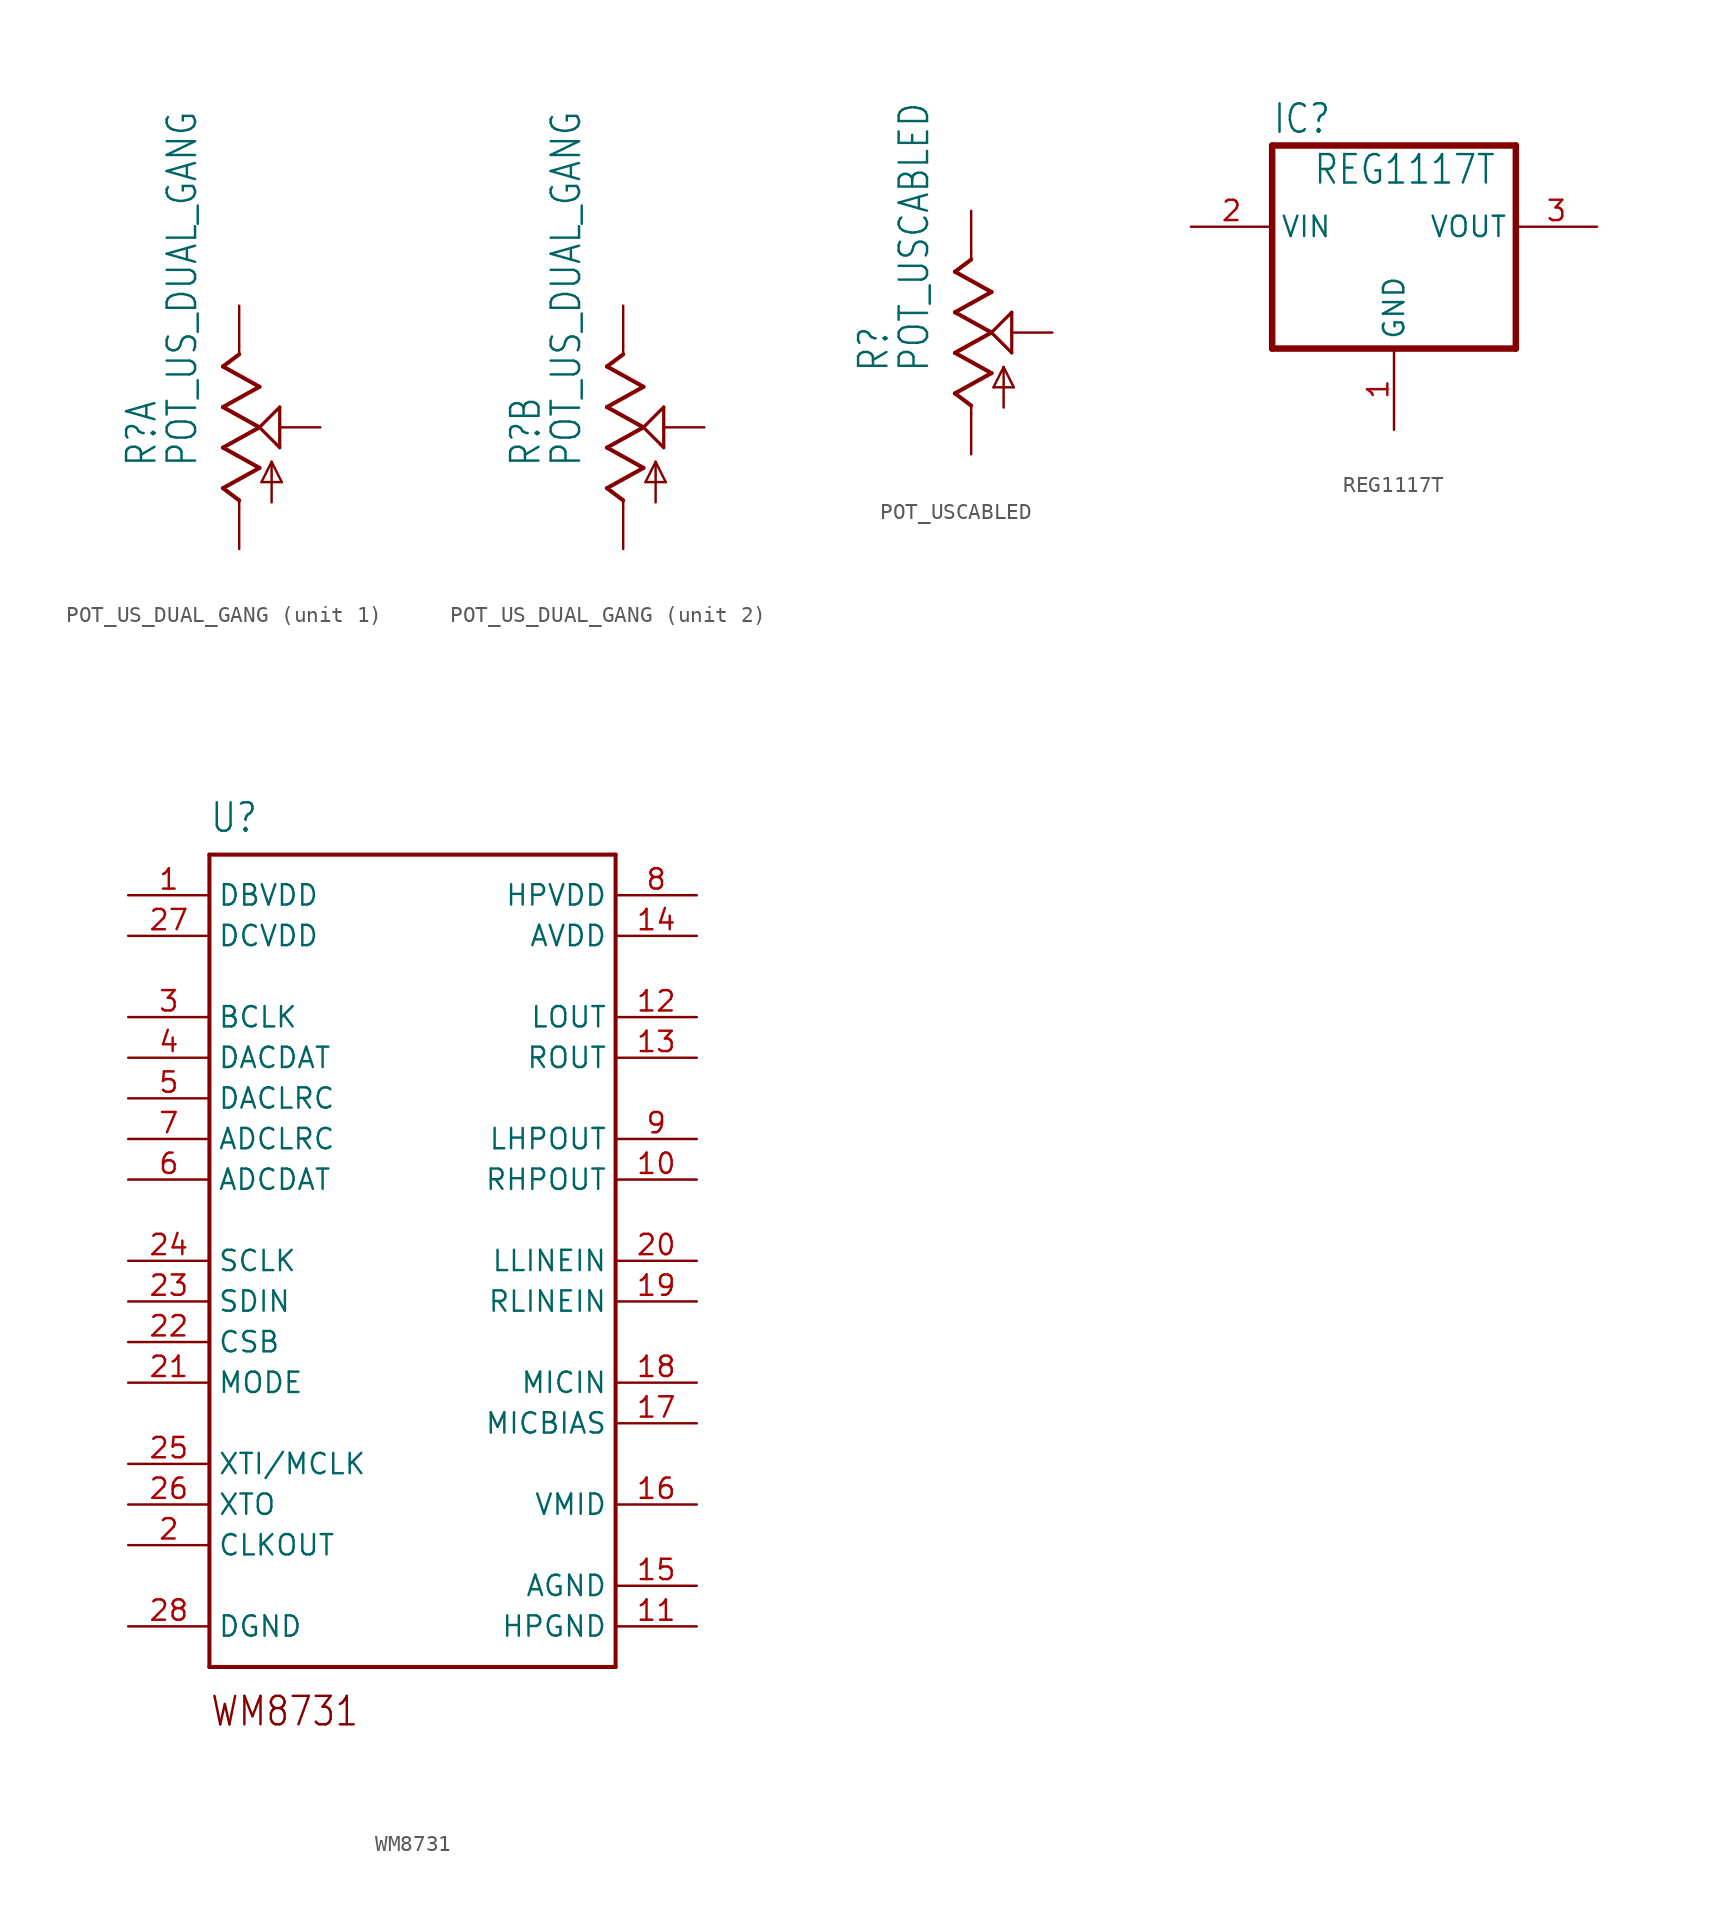
<source format=kicad_sym>
(kicad_symbol_lib
  (version 20211014)
  (generator kicad_symbol_editor)
  (symbol "POT_US_DUAL_GANG"
    (property "Reference" "R"
      (at -5.08 -2.54 90)
      (effects (font (size 1.778 1.511)) (justify left bottom)))
    (property "Value" "POT_US_DUAL_GANG"
      (at -2.54 -2.54 90)
      (effects (font (size 1.778 1.511)) (justify left bottom)))
    (property "ki_locked" ""
      (at 0 0 0)
      (effects (font (size 1.27 1.27))))
    (symbol "POT_US_DUAL_GANG_1_0"
      (polyline (pts (xy -1.016 -3.81) (xy 1.27 -2.54)) (stroke (width 0.254) (type default) (color 0 0 0 0)) (fill (type none)))
      (polyline (pts (xy -1.016 -1.27) (xy 1.27 0)) (stroke (width 0.254) (type default) (color 0 0 0 0)) (fill (type none)))
      (polyline (pts (xy -1.016 1.27) (xy 1.27 2.54)) (stroke (width 0.254) (type default) (color 0 0 0 0)) (fill (type none)))
      (polyline (pts (xy -1.016 3.81) (xy 0 4.572)) (stroke (width 0.254) (type default) (color 0 0 0 0)) (fill (type none)))
      (polyline (pts (xy 0 -5.08) (xy 0 -4.572)) (stroke (width 0.152) (type default) (color 0 0 0 0)) (fill (type none)))
      (polyline (pts (xy 0 -4.572) (xy -1.016 -3.81)) (stroke (width 0.254) (type default) (color 0 0 0 0)) (fill (type none)))
      (polyline (pts (xy 0 4.572) (xy 0 5.08)) (stroke (width 0.152) (type default) (color 0 0 0 0)) (fill (type none)))
      (polyline (pts (xy 1.27 -2.54) (xy -1.016 -1.27)) (stroke (width 0.254) (type default) (color 0 0 0 0)) (fill (type none)))
      (polyline (pts (xy 1.27 0) (xy -1.016 1.27)) (stroke (width 0.254) (type default) (color 0 0 0 0)) (fill (type none)))
      (polyline (pts (xy 1.27 0) (xy 2.54 1.27)) (stroke (width 0.203) (type default) (color 0 0 0 0)) (fill (type none)))
      (polyline (pts (xy 1.27 2.54) (xy -1.016 3.81)) (stroke (width 0.254) (type default) (color 0 0 0 0)) (fill (type none)))
      (polyline (pts (xy 1.397 -3.429) (xy 2.032 -2.159)) (stroke (width 0.152) (type default) (color 0 0 0 0)) (fill (type none)))
      (polyline (pts (xy 2.032 -4.699) (xy 2.032 -2.159)) (stroke (width 0.152) (type default) (color 0 0 0 0)) (fill (type none)))
      (polyline (pts (xy 2.032 -2.159) (xy 2.667 -3.429)) (stroke (width 0.152) (type default) (color 0 0 0 0)) (fill (type none)))
      (polyline (pts (xy 2.54 -1.27) (xy 1.27 0)) (stroke (width 0.203) (type default) (color 0 0 0 0)) (fill (type none)))
      (polyline (pts (xy 2.54 1.27) (xy 2.54 -1.27)) (stroke (width 0.203) (type default) (color 0 0 0 0)) (fill (type none)))
      (polyline (pts (xy 2.667 -3.429) (xy 1.397 -3.429)) (stroke (width 0.152) (type default) (color 0 0 0 0)) (fill (type none)))
      (pin passive line (at 0 -7.62 90) (length 2.54) (name "A" (effects (font (size 0 0)))) (number "1P" (effects (font (size 0 0)))))
      (pin passive line (at 5.08 0 180) (length 2.54) (name "S" (effects (font (size 0 0)))) (number "2P" (effects (font (size 0 0)))))
      (pin passive line (at 0 7.62 270) (length 2.54) (name "E" (effects (font (size 0 0)))) (number "3P" (effects (font (size 0 0))))))
    (symbol "POT_US_DUAL_GANG_2_0"
      (polyline (pts (xy -1.016 -3.81) (xy 1.27 -2.54)) (stroke (width 0.254) (type default) (color 0 0 0 0)) (fill (type none)))
      (polyline (pts (xy -1.016 -1.27) (xy 1.27 0)) (stroke (width 0.254) (type default) (color 0 0 0 0)) (fill (type none)))
      (polyline (pts (xy -1.016 1.27) (xy 1.27 2.54)) (stroke (width 0.254) (type default) (color 0 0 0 0)) (fill (type none)))
      (polyline (pts (xy -1.016 3.81) (xy 0 4.572)) (stroke (width 0.254) (type default) (color 0 0 0 0)) (fill (type none)))
      (polyline (pts (xy 0 -5.08) (xy 0 -4.572)) (stroke (width 0.152) (type default) (color 0 0 0 0)) (fill (type none)))
      (polyline (pts (xy 0 -4.572) (xy -1.016 -3.81)) (stroke (width 0.254) (type default) (color 0 0 0 0)) (fill (type none)))
      (polyline (pts (xy 0 4.572) (xy 0 5.08)) (stroke (width 0.152) (type default) (color 0 0 0 0)) (fill (type none)))
      (polyline (pts (xy 1.27 -2.54) (xy -1.016 -1.27)) (stroke (width 0.254) (type default) (color 0 0 0 0)) (fill (type none)))
      (polyline (pts (xy 1.27 0) (xy -1.016 1.27)) (stroke (width 0.254) (type default) (color 0 0 0 0)) (fill (type none)))
      (polyline (pts (xy 1.27 0) (xy 2.54 1.27)) (stroke (width 0.203) (type default) (color 0 0 0 0)) (fill (type none)))
      (polyline (pts (xy 1.27 2.54) (xy -1.016 3.81)) (stroke (width 0.254) (type default) (color 0 0 0 0)) (fill (type none)))
      (polyline (pts (xy 1.397 -3.429) (xy 2.032 -2.159)) (stroke (width 0.152) (type default) (color 0 0 0 0)) (fill (type none)))
      (polyline (pts (xy 2.032 -4.699) (xy 2.032 -2.159)) (stroke (width 0.152) (type default) (color 0 0 0 0)) (fill (type none)))
      (polyline (pts (xy 2.032 -2.159) (xy 2.667 -3.429)) (stroke (width 0.152) (type default) (color 0 0 0 0)) (fill (type none)))
      (polyline (pts (xy 2.54 -1.27) (xy 1.27 0)) (stroke (width 0.203) (type default) (color 0 0 0 0)) (fill (type none)))
      (polyline (pts (xy 2.54 1.27) (xy 2.54 -1.27)) (stroke (width 0.203) (type default) (color 0 0 0 0)) (fill (type none)))
      (polyline (pts (xy 2.667 -3.429) (xy 1.397 -3.429)) (stroke (width 0.152) (type default) (color 0 0 0 0)) (fill (type none)))
      (pin passive line (at 0 -7.62 90) (length 2.54) (name "A" (effects (font (size 0 0)))) (number "1" (effects (font (size 0 0)))))
      (pin passive line (at 5.08 0 180) (length 2.54) (name "S" (effects (font (size 0 0)))) (number "2" (effects (font (size 0 0)))))
      (pin passive line (at 0 7.62 270) (length 2.54) (name "E" (effects (font (size 0 0)))) (number "3" (effects (font (size 0 0)))))))
  (symbol "POT_USCABLED"
    (property "Reference" "R"
      (at -5.08 -2.54 90)
      (effects (font (size 1.778 1.511)) (justify left bottom)))
    (property "Value" "POT_USCABLED"
      (at -2.54 -2.54 90)
      (effects (font (size 1.778 1.511)) (justify left bottom)))
    (property "ki_locked" ""
      (at 0 0 0)
      (effects (font (size 1.27 1.27))))
    (symbol "POT_USCABLED_1_0"
      (polyline (pts (xy -1.016 -3.81) (xy 1.27 -2.54)) (stroke (width 0.254) (type default) (color 0 0 0 0)) (fill (type none)))
      (polyline (pts (xy -1.016 -1.27) (xy 1.27 0)) (stroke (width 0.254) (type default) (color 0 0 0 0)) (fill (type none)))
      (polyline (pts (xy -1.016 1.27) (xy 1.27 2.54)) (stroke (width 0.254) (type default) (color 0 0 0 0)) (fill (type none)))
      (polyline (pts (xy -1.016 3.81) (xy 0 4.572)) (stroke (width 0.254) (type default) (color 0 0 0 0)) (fill (type none)))
      (polyline (pts (xy 0 -5.08) (xy 0 -4.572)) (stroke (width 0.152) (type default) (color 0 0 0 0)) (fill (type none)))
      (polyline (pts (xy 0 -4.572) (xy -1.016 -3.81)) (stroke (width 0.254) (type default) (color 0 0 0 0)) (fill (type none)))
      (polyline (pts (xy 0 4.572) (xy 0 5.08)) (stroke (width 0.152) (type default) (color 0 0 0 0)) (fill (type none)))
      (polyline (pts (xy 1.27 -2.54) (xy -1.016 -1.27)) (stroke (width 0.254) (type default) (color 0 0 0 0)) (fill (type none)))
      (polyline (pts (xy 1.27 0) (xy -1.016 1.27)) (stroke (width 0.254) (type default) (color 0 0 0 0)) (fill (type none)))
      (polyline (pts (xy 1.27 0) (xy 2.54 1.27)) (stroke (width 0.203) (type default) (color 0 0 0 0)) (fill (type none)))
      (polyline (pts (xy 1.27 2.54) (xy -1.016 3.81)) (stroke (width 0.254) (type default) (color 0 0 0 0)) (fill (type none)))
      (polyline (pts (xy 1.397 -3.429) (xy 2.032 -2.159)) (stroke (width 0.152) (type default) (color 0 0 0 0)) (fill (type none)))
      (polyline (pts (xy 2.032 -4.699) (xy 2.032 -2.159)) (stroke (width 0.152) (type default) (color 0 0 0 0)) (fill (type none)))
      (polyline (pts (xy 2.032 -2.159) (xy 2.667 -3.429)) (stroke (width 0.152) (type default) (color 0 0 0 0)) (fill (type none)))
      (polyline (pts (xy 2.54 -1.27) (xy 1.27 0)) (stroke (width 0.203) (type default) (color 0 0 0 0)) (fill (type none)))
      (polyline (pts (xy 2.54 1.27) (xy 2.54 -1.27)) (stroke (width 0.203) (type default) (color 0 0 0 0)) (fill (type none)))
      (polyline (pts (xy 2.667 -3.429) (xy 1.397 -3.429)) (stroke (width 0.152) (type default) (color 0 0 0 0)) (fill (type none)))
      (pin passive line (at 0 -7.62 90) (length 2.54) (name "A" (effects (font (size 0 0)))) (number "A" (effects (font (size 0 0)))))
      (pin passive line (at 0 7.62 270) (length 2.54) (name "E" (effects (font (size 0 0)))) (number "E" (effects (font (size 0 0)))))
      (pin passive line (at 5.08 0 180) (length 2.54) (name "S" (effects (font (size 0 0)))) (number "S" (effects (font (size 0 0)))))))
  (symbol "REG1117T"
    (property "Reference" "IC"
      (at -7.62 5.715 0)
      (effects (font (size 1.778 1.511)) (justify left bottom)))
    (property "Value" "REG1117T"
      (at -5.08 2.54 0)
      (effects (font (size 1.778 1.511)) (justify left bottom)))
    (property "ki_locked" ""
      (at 0 0 0)
      (effects (font (size 1.27 1.27))))
    (symbol "REG1117T_1_0"
      (polyline (pts (xy -7.62 -7.62) (xy 7.62 -7.62)) (stroke (width 0.406) (type default) (color 0 0 0 0)) (fill (type none)))
      (polyline (pts (xy -7.62 5.08) (xy -7.62 -7.62)) (stroke (width 0.406) (type default) (color 0 0 0 0)) (fill (type none)))
      (polyline (pts (xy 7.62 -7.62) (xy 7.62 5.08)) (stroke (width 0.406) (type default) (color 0 0 0 0)) (fill (type none)))
      (polyline (pts (xy 7.62 5.08) (xy -7.62 5.08)) (stroke (width 0.406) (type default) (color 0 0 0 0)) (fill (type none)))
      (pin power_in line (at 0 -12.7 90) (length 5.08) (name "GND" (effects (font (size 1.27 1.27)))) (number "1" (effects (font (size 1.27 1.27)))))
      (pin input line (at -12.7 0 0) (length 5.08) (name "VIN" (effects (font (size 1.27 1.27)))) (number "2" (effects (font (size 1.27 1.27)))))
      (pin output line (at 12.7 0 180) (length 5.08) (name "VOUT" (effects (font (size 1.27 1.27)))) (number "3" (effects (font (size 1.27 1.27)))))))
  (symbol "WM8731"
    (property "Reference" "U"
      (at -12.7 26.67 0)
      (effects (font (size 1.778 1.511)) (justify left bottom)))
    (property "ki_locked" ""
      (at 0 0 0)
      (effects (font (size 1.27 1.27))))
    (symbol "WM8731_1_0"
      (polyline (pts (xy -12.7 -25.4) (xy 12.7 -25.4)) (stroke (width 0.254) (type default) (color 0 0 0 0)) (fill (type none)))
      (polyline (pts (xy -12.7 25.4) (xy -12.7 -25.4)) (stroke (width 0.254) (type default) (color 0 0 0 0)) (fill (type none)))
      (polyline (pts (xy 12.7 -25.4) (xy 12.7 25.4)) (stroke (width 0.254) (type default) (color 0 0 0 0)) (fill (type none)))
      (polyline (pts (xy 12.7 25.4) (xy -12.7 25.4)) (stroke (width 0.254) (type default) (color 0 0 0 0)) (fill (type none)))
      (text "WM8731" (at -12.7 -29.21 0) (effects (font (size 1.778 1.511)) (justify left bottom)))
      (pin bidirectional line (at -17.78 22.86 0) (length 5.08) (name "DBVDD" (effects (font (size 1.27 1.27)))) (number "1" (effects (font (size 1.27 1.27)))))
      (pin bidirectional line (at 17.78 5.08 180) (length 5.08) (name "RHPOUT" (effects (font (size 1.27 1.27)))) (number "10" (effects (font (size 1.27 1.27)))))
      (pin bidirectional line (at 17.78 -22.86 180) (length 5.08) (name "HPGND" (effects (font (size 1.27 1.27)))) (number "11" (effects (font (size 1.27 1.27)))))
      (pin bidirectional line (at 17.78 15.24 180) (length 5.08) (name "LOUT" (effects (font (size 1.27 1.27)))) (number "12" (effects (font (size 1.27 1.27)))))
      (pin bidirectional line (at 17.78 12.7 180) (length 5.08) (name "ROUT" (effects (font (size 1.27 1.27)))) (number "13" (effects (font (size 1.27 1.27)))))
      (pin bidirectional line (at 17.78 20.32 180) (length 5.08) (name "AVDD" (effects (font (size 1.27 1.27)))) (number "14" (effects (font (size 1.27 1.27)))))
      (pin bidirectional line (at 17.78 -20.32 180) (length 5.08) (name "AGND" (effects (font (size 1.27 1.27)))) (number "15" (effects (font (size 1.27 1.27)))))
      (pin bidirectional line (at 17.78 -15.24 180) (length 5.08) (name "VMID" (effects (font (size 1.27 1.27)))) (number "16" (effects (font (size 1.27 1.27)))))
      (pin bidirectional line (at 17.78 -10.16 180) (length 5.08) (name "MICBIAS" (effects (font (size 1.27 1.27)))) (number "17" (effects (font (size 1.27 1.27)))))
      (pin bidirectional line (at 17.78 -7.62 180) (length 5.08) (name "MICIN" (effects (font (size 1.27 1.27)))) (number "18" (effects (font (size 1.27 1.27)))))
      (pin bidirectional line (at 17.78 -2.54 180) (length 5.08) (name "RLINEIN" (effects (font (size 1.27 1.27)))) (number "19" (effects (font (size 1.27 1.27)))))
      (pin bidirectional line (at -17.78 -17.78 0) (length 5.08) (name "CLKOUT" (effects (font (size 1.27 1.27)))) (number "2" (effects (font (size 1.27 1.27)))))
      (pin bidirectional line (at 17.78 0 180) (length 5.08) (name "LLINEIN" (effects (font (size 1.27 1.27)))) (number "20" (effects (font (size 1.27 1.27)))))
      (pin bidirectional line (at -17.78 -7.62 0) (length 5.08) (name "MODE" (effects (font (size 1.27 1.27)))) (number "21" (effects (font (size 1.27 1.27)))))
      (pin bidirectional line (at -17.78 -5.08 0) (length 5.08) (name "CSB" (effects (font (size 1.27 1.27)))) (number "22" (effects (font (size 1.27 1.27)))))
      (pin bidirectional line (at -17.78 -2.54 0) (length 5.08) (name "SDIN" (effects (font (size 1.27 1.27)))) (number "23" (effects (font (size 1.27 1.27)))))
      (pin bidirectional line (at -17.78 0 0) (length 5.08) (name "SCLK" (effects (font (size 1.27 1.27)))) (number "24" (effects (font (size 1.27 1.27)))))
      (pin bidirectional line (at -17.78 -12.7 0) (length 5.08) (name "XTI/MCLK" (effects (font (size 1.27 1.27)))) (number "25" (effects (font (size 1.27 1.27)))))
      (pin bidirectional line (at -17.78 -15.24 0) (length 5.08) (name "XTO" (effects (font (size 1.27 1.27)))) (number "26" (effects (font (size 1.27 1.27)))))
      (pin bidirectional line (at -17.78 20.32 0) (length 5.08) (name "DCVDD" (effects (font (size 1.27 1.27)))) (number "27" (effects (font (size 1.27 1.27)))))
      (pin bidirectional line (at -17.78 -22.86 0) (length 5.08) (name "DGND" (effects (font (size 1.27 1.27)))) (number "28" (effects (font (size 1.27 1.27)))))
      (pin bidirectional line (at -17.78 15.24 0) (length 5.08) (name "BCLK" (effects (font (size 1.27 1.27)))) (number "3" (effects (font (size 1.27 1.27)))))
      (pin bidirectional line (at -17.78 12.7 0) (length 5.08) (name "DACDAT" (effects (font (size 1.27 1.27)))) (number "4" (effects (font (size 1.27 1.27)))))
      (pin bidirectional line (at -17.78 10.16 0) (length 5.08) (name "DACLRC" (effects (font (size 1.27 1.27)))) (number "5" (effects (font (size 1.27 1.27)))))
      (pin bidirectional line (at -17.78 5.08 0) (length 5.08) (name "ADCDAT" (effects (font (size 1.27 1.27)))) (number "6" (effects (font (size 1.27 1.27)))))
      (pin bidirectional line (at -17.78 7.62 0) (length 5.08) (name "ADCLRC" (effects (font (size 1.27 1.27)))) (number "7" (effects (font (size 1.27 1.27)))))
      (pin bidirectional line (at 17.78 22.86 180) (length 5.08) (name "HPVDD" (effects (font (size 1.27 1.27)))) (number "8" (effects (font (size 1.27 1.27)))))
      (pin bidirectional line (at 17.78 7.62 180) (length 5.08) (name "LHPOUT" (effects (font (size 1.27 1.27)))) (number "9" (effects (font (size 1.27 1.27))))))))
</source>
